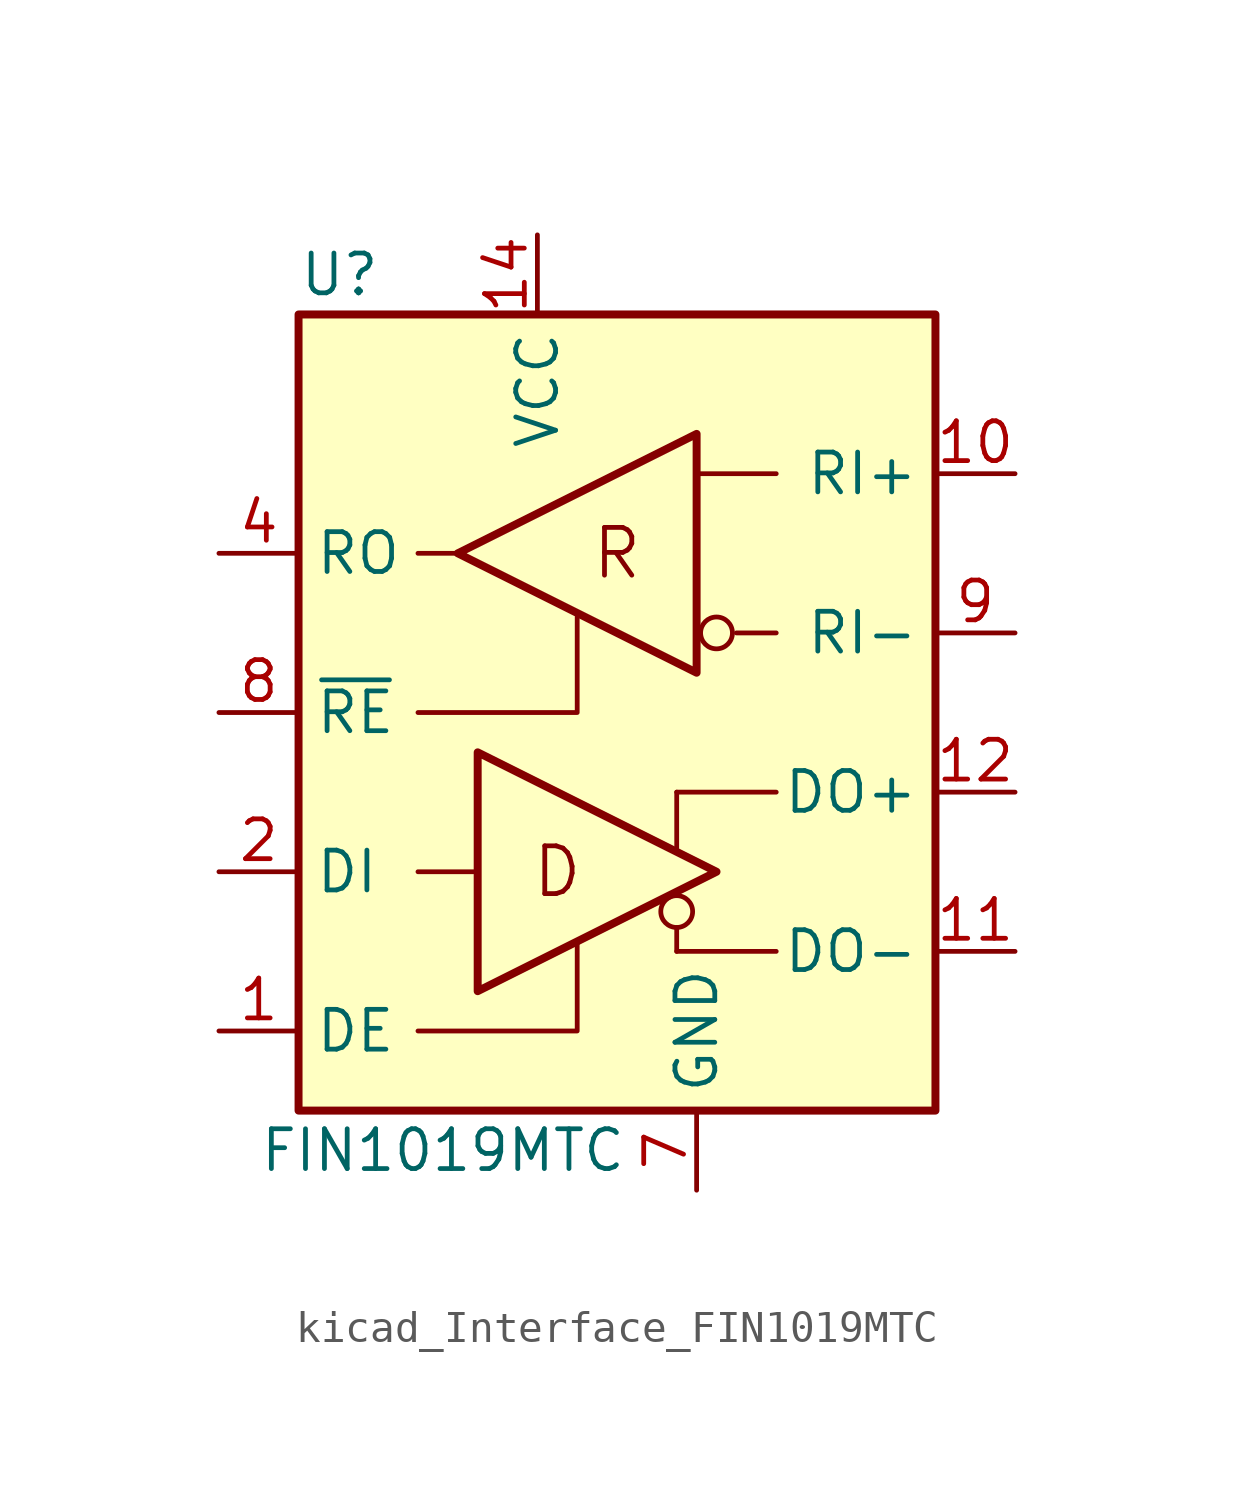
<source format=kicad_sym>
(kicad_symbol_lib
  (version 20220914)
  (generator kicad_symbol_editor)
  (symbol "kicad_Interface_FIN1019MTC"
    (property "Reference" "U"
      (at -10.16 13.97 0)
      (effects (font (size 1.27 1.27)) (justify left)))
    (property "Value" "FIN1019MTC"
      (at -11.43 -13.97 0)
      (effects (font (size 1.27 1.27)) (justify left)))
    (symbol "kicad_Interface_FIN1019MTC_0_0"
      (rectangle (start -10.16 12.7) (end 10.16 -12.7) (stroke (width 0.254) (type default)) (fill (type background)))
      (polyline (pts (xy 1.905 -6.858) (xy 1.905 -7.62)) (stroke (width 0) (type default)) (fill (type none)))
      (polyline (pts (xy 1.905 -4.445) (xy 1.905 -2.54)) (stroke (width 0) (type default)) (fill (type none)))
      (circle (center 1.905 -6.35) (radius 0.508) (stroke (width 0) (type default)) (fill (type none)))
      (circle (center 3.175 2.54) (radius 0.508) (stroke (width 0) (type default)) (fill (type none)))
      (text "D" (at -1.905 -5.08 0) (effects (font (size 1.524 1.524))))
      (text "R" (at 0 5.08 0) (effects (font (size 1.524 1.524)))))
    (symbol "kicad_Interface_FIN1019MTC_0_1"
      (polyline (pts (xy -6.35 -5.08) (xy -4.445 -5.08)) (stroke (width 0) (type default)) (fill (type none)))
      (polyline (pts (xy -6.35 5.08) (xy -5.08 5.08)) (stroke (width 0) (type default)) (fill (type none)))
      (polyline (pts (xy 1.905 -7.62) (xy 5.08 -7.62)) (stroke (width 0) (type default)) (fill (type none)))
      (polyline (pts (xy 2.54 7.62) (xy 5.08 7.62)) (stroke (width 0) (type default)) (fill (type none)))
      (polyline (pts (xy 5.08 -2.54) (xy 1.905 -2.54)) (stroke (width 0) (type default)) (fill (type none)))
      (polyline (pts (xy 5.08 2.54) (xy 3.81 2.54)) (stroke (width 0) (type default)) (fill (type none)))
      (polyline (pts (xy -6.35 -10.16) (xy -1.27 -10.16) (xy -1.27 -7.366)) (stroke (width 0) (type default)) (fill (type none)))
      (polyline (pts (xy -6.35 0) (xy -1.27 0) (xy -1.27 3.048)) (stroke (width 0) (type default)) (fill (type none)))
      (polyline (pts (xy -4.445 -8.89) (xy -4.445 -1.27) (xy 3.175 -5.08) (xy -4.445 -8.89)) (stroke (width 0.254) (type default)) (fill (type none)))
      (polyline (pts (xy 2.54 8.89) (xy 2.54 1.27) (xy -5.08 5.08) (xy 2.54 8.89)) (stroke (width 0.254) (type default)) (fill (type none))))
    (symbol "kicad_Interface_FIN1019MTC_1_1"
      (pin input line (at -12.7 -10.16 0) (length 2.54) (name "DE" (effects (font (size 1.27 1.27)))) (number "1" (effects (font (size 1.27 1.27)))))
      (pin input line (at 12.7 7.62 180) (length 2.54) (name "RI+" (effects (font (size 1.27 1.27)))) (number "10" (effects (font (size 1.27 1.27)))))
      (pin tri_state line (at 12.7 -7.62 180) (length 2.54) (name "DO-" (effects (font (size 1.27 1.27)))) (number "11" (effects (font (size 1.27 1.27)))))
      (pin tri_state line (at 12.7 -2.54 180) (length 2.54) (name "DO+" (effects (font (size 1.27 1.27)))) (number "12" (effects (font (size 1.27 1.27)))))
      (pin no_connect line (at 7.62 12.7 270) (length 2.54) hide (name "NC" (effects (font (size 1.27 1.27)))) (number "13" (effects (font (size 1.27 1.27)))))
      (pin power_in line (at -2.54 15.24 270) (length 2.54) (name "VCC" (effects (font (size 1.27 1.27)))) (number "14" (effects (font (size 1.27 1.27)))))
      (pin input line (at -12.7 -5.08 0) (length 2.54) (name "DI" (effects (font (size 1.27 1.27)))) (number "2" (effects (font (size 1.27 1.27)))))
      (pin no_connect line (at 0 12.7 270) (length 2.54) hide (name "NC" (effects (font (size 1.27 1.27)))) (number "3" (effects (font (size 1.27 1.27)))))
      (pin tri_state line (at -12.7 5.08 0) (length 2.54) (name "RO" (effects (font (size 1.27 1.27)))) (number "4" (effects (font (size 1.27 1.27)))))
      (pin no_connect line (at 2.54 12.7 270) (length 2.54) hide (name "NC" (effects (font (size 1.27 1.27)))) (number "5" (effects (font (size 1.27 1.27)))))
      (pin no_connect line (at 5.08 12.7 270) (length 2.54) hide (name "NC" (effects (font (size 1.27 1.27)))) (number "6" (effects (font (size 1.27 1.27)))))
      (pin power_in line (at 2.54 -15.24 90) (length 2.54) (name "GND" (effects (font (size 1.27 1.27)))) (number "7" (effects (font (size 1.27 1.27)))))
      (pin input line (at -12.7 0 0) (length 2.54) (name "~{RE}" (effects (font (size 1.27 1.27)))) (number "8" (effects (font (size 1.27 1.27)))))
      (pin input line (at 12.7 2.54 180) (length 2.54) (name "RI-" (effects (font (size 1.27 1.27)))) (number "9" (effects (font (size 1.27 1.27))))))))
</source>
